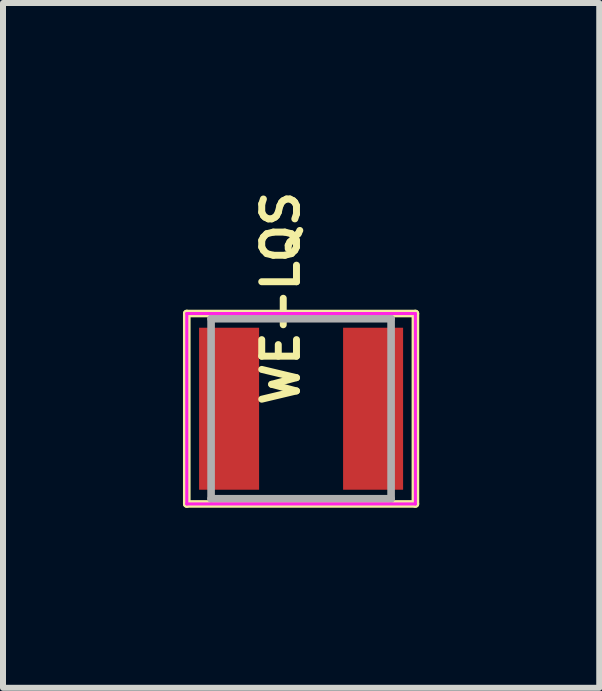
<source format=kicad_pcb>
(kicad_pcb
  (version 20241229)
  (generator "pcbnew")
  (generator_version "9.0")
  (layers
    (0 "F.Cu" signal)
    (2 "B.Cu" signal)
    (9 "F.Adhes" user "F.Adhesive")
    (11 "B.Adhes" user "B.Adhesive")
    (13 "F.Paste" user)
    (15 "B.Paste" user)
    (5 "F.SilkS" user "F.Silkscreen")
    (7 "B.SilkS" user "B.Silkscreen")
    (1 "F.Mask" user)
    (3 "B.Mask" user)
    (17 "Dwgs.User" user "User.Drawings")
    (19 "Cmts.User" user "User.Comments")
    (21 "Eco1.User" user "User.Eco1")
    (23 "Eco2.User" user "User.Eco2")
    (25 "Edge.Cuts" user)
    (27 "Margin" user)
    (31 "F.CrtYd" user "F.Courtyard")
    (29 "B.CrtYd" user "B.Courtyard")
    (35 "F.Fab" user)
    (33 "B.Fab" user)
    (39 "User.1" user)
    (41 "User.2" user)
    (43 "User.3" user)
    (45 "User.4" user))
  (footprint "WE-LQS"
    (layer "F.Cu")
    (at 1.968 3.762)
    (property "Reference" "WE-LQS" (at 0 0 270) (layer "F.SilkS") (effects (font (size 0.579 0.579) (thickness 0.116)) (justify left bottom)))
    (attr through_hole)
    (fp_line (start -1.905 -1.587) (end 1.905 -1.587) (stroke (width 0.127) (type solid)) (layer "F.SilkS"))
    (fp_line (start -1.905 1.587) (end -1.905 -1.587) (stroke (width 0.127) (type solid)) (layer "F.SilkS"))
    (fp_line (start 1.905 -1.587) (end 1.905 1.587) (stroke (width 0.127) (type solid)) (layer "F.SilkS"))
    (fp_line (start 1.905 1.587) (end -1.905 1.587) (stroke (width 0.127) (type solid)) (layer "F.SilkS"))
    (fp_line (start -1.905 -1.587) (end 1.905 -1.587) (stroke (width 0.051) (type solid)) (layer "F.CrtYd"))
    (fp_line (start -1.905 1.587) (end -1.905 -1.587) (stroke (width 0.051) (type solid)) (layer "F.CrtYd"))
    (fp_line (start 1.905 -1.587) (end 1.905 1.587) (stroke (width 0.051) (type solid)) (layer "F.CrtYd"))
    (fp_line (start 1.905 1.587) (end -1.905 1.587) (stroke (width 0.051) (type solid)) (layer "F.CrtYd"))
    (fp_line (start -1.5 -1.5) (end 1.5 -1.5) (stroke (width 0.127) (type solid)) (layer "F.Fab"))
    (fp_line (start -1.5 1.5) (end -1.5 -1.5) (stroke (width 0.127) (type solid)) (layer "F.Fab"))
    (fp_line (start 1.5 -1.5) (end 1.5 1.5) (stroke (width 0.127) (type solid)) (layer "F.Fab"))
    (fp_line (start 1.5 1.5) (end -1.5 1.5) (stroke (width 0.127) (type solid)) (layer "F.Fab"))
    (pad "1" smd rect (at -1.2 0 90) (size 2.7 1) (layers "F.Cu" "F.Mask" "F.Paste"))
    (pad "2" smd rect (at 1.2 0 90) (size 2.7 1) (layers "F.Cu" "F.Mask" "F.Paste")))
  (gr_rect
    (start -3 -3)
    (end 6.937 8.413)
    (stroke (width 0.1) (type default))
    (fill no)
    (layer "Edge.Cuts")))
</source>
